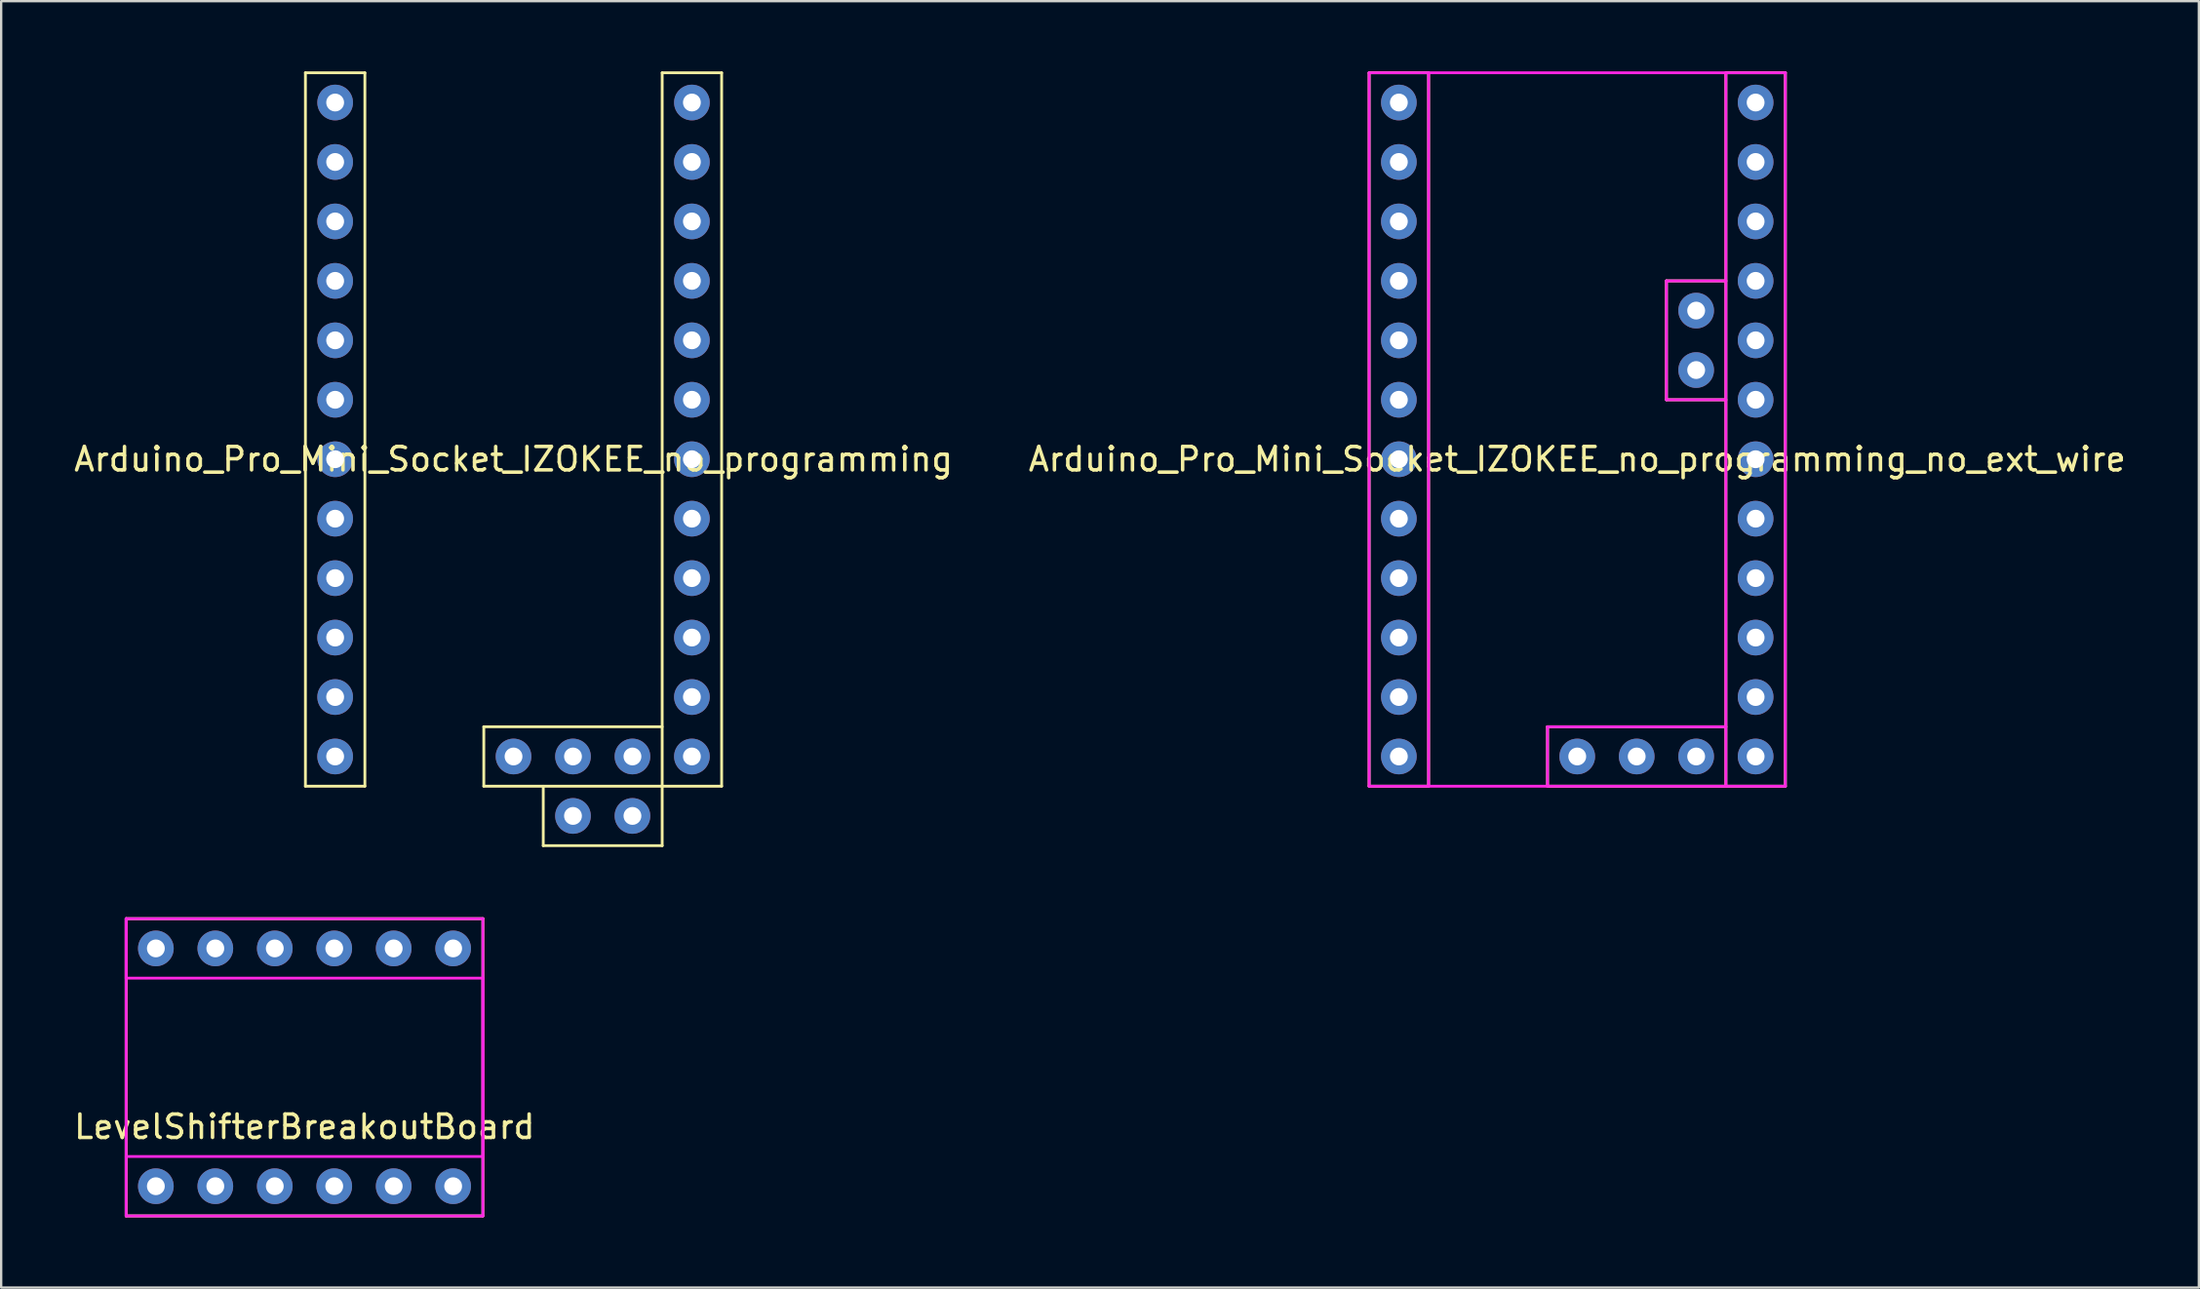
<source format=kicad_pcb>
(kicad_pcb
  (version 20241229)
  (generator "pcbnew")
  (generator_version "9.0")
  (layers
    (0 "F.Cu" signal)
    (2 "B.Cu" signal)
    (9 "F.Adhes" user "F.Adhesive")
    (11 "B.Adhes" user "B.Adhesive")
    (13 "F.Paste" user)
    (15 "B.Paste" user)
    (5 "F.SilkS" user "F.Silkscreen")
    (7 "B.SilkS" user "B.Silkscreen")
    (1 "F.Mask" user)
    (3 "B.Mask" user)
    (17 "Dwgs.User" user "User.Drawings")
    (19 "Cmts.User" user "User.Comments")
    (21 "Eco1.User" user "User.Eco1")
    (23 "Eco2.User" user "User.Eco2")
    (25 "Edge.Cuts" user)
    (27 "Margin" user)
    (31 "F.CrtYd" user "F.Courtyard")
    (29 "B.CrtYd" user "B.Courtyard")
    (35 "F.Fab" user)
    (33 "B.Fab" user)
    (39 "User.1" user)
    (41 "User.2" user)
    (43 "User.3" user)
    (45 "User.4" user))
  (footprint "Arduino_Pro_Mini_Socket_IZOKEE_no_programming_no_ext_wire"
    (layer "F.Cu")
    (at 64.327 14.03)
    (property "Reference" "Arduino_Pro_Mini_Socket_IZOKEE_no_programming_no_ext_wire" (at 0 2.54 180) (layer "F.SilkS") (effects (font (size 1 1) (thickness 0.15))))
    (attr through_hole)
    (fp_line (start -8.89 -13.97) (end -6.35 -13.97) (stroke (width 0.12) (type solid)) (layer "F.SilkS"))
    (fp_line (start -8.89 16.51) (end -8.89 -13.97) (stroke (width 0.12) (type solid)) (layer "F.SilkS"))
    (fp_line (start -6.35 -13.97) (end -6.35 16.51) (stroke (width 0.12) (type solid)) (layer "F.SilkS"))
    (fp_line (start -6.35 16.51) (end -8.89 16.51) (stroke (width 0.12) (type solid)) (layer "F.SilkS"))
    (fp_line (start -1.27 13.97) (end -1.27 16.51) (stroke (width 0.12) (type solid)) (layer "F.SilkS"))
    (fp_line (start -1.27 16.51) (end 6.35 16.51) (stroke (width 0.12) (type solid)) (layer "F.SilkS"))
    (fp_line (start 3.81 -5.08) (end 3.81 0) (stroke (width 0.12) (type solid)) (layer "F.SilkS"))
    (fp_line (start 3.81 0) (end 6.35 0) (stroke (width 0.12) (type solid)) (layer "F.SilkS"))
    (fp_line (start 6.35 -13.97) (end 8.89 -13.97) (stroke (width 0.12) (type solid)) (layer "F.SilkS"))
    (fp_line (start 6.35 -5.08) (end 3.81 -5.08) (stroke (width 0.12) (type solid)) (layer "F.SilkS"))
    (fp_line (start 6.35 13.97) (end -1.27 13.97) (stroke (width 0.12) (type solid)) (layer "F.SilkS"))
    (fp_line (start 6.35 16.51) (end 6.35 -13.97) (stroke (width 0.12) (type solid)) (layer "F.SilkS"))
    (fp_line (start 8.89 -13.97) (end 8.89 16.51) (stroke (width 0.12) (type solid)) (layer "F.SilkS"))
    (fp_line (start 8.89 16.51) (end 6.35 16.51) (stroke (width 0.12) (type solid)) (layer "F.SilkS"))
    (fp_line (start -8.89 -13.97) (end -8.89 16.51) (stroke (width 0.12) (type solid)) (layer "F.CrtYd"))
    (fp_line (start -8.89 16.51) (end 8.89 16.51) (stroke (width 0.12) (type solid)) (layer "F.CrtYd"))
    (fp_line (start -6.35 -13.97) (end -6.35 16.51) (stroke (width 0.12) (type solid)) (layer "F.CrtYd"))
    (fp_line (start -1.27 13.97) (end 6.35 13.97) (stroke (width 0.12) (type solid)) (layer "F.CrtYd"))
    (fp_line (start -1.27 16.51) (end -1.27 13.97) (stroke (width 0.12) (type solid)) (layer "F.CrtYd"))
    (fp_line (start 3.81 -5.08) (end 3.81 0) (stroke (width 0.12) (type solid)) (layer "F.CrtYd"))
    (fp_line (start 3.81 0) (end 6.35 0) (stroke (width 0.12) (type solid)) (layer "F.CrtYd"))
    (fp_line (start 6.35 -5.08) (end 3.81 -5.08) (stroke (width 0.12) (type solid)) (layer "F.CrtYd"))
    (fp_line (start 6.35 16.51) (end 6.35 -13.97) (stroke (width 0.12) (type solid)) (layer "F.CrtYd"))
    (fp_line (start 8.89 -13.97) (end -8.89 -13.97) (stroke (width 0.12) (type solid)) (layer "F.CrtYd"))
    (fp_line (start 8.89 16.51) (end 8.89 -13.97) (stroke (width 0.12) (type solid)) (layer "F.CrtYd"))
    (pad "1" thru_hole circle (at -7.62 -12.7) (size 1.524 1.524) (drill 0.762) (layers "*.Cu" "*.Mask"))
    (pad "2" thru_hole circle (at -7.62 -10.16) (size 1.524 1.524) (drill 0.762) (layers "*.Cu" "*.Mask"))
    (pad "3" thru_hole circle (at -7.62 -7.62) (size 1.524 1.524) (drill 0.762) (layers "*.Cu" "*.Mask"))
    (pad "4" thru_hole circle (at -7.62 -5.08) (size 1.524 1.524) (drill 0.762) (layers "*.Cu" "*.Mask"))
    (pad "5" thru_hole circle (at -7.62 -2.54) (size 1.524 1.524) (drill 0.762) (layers "*.Cu" "*.Mask"))
    (pad "6" thru_hole circle (at -7.62 0) (size 1.524 1.524) (drill 0.762) (layers "*.Cu" "*.Mask"))
    (pad "7" thru_hole circle (at -7.62 2.54) (size 1.524 1.524) (drill 0.762) (layers "*.Cu" "*.Mask"))
    (pad "8" thru_hole circle (at -7.62 5.08) (size 1.524 1.524) (drill 0.762) (layers "*.Cu" "*.Mask"))
    (pad "9" thru_hole circle (at -7.62 7.62) (size 1.524 1.524) (drill 0.762) (layers "*.Cu" "*.Mask"))
    (pad "10" thru_hole circle (at -7.62 10.16) (size 1.524 1.524) (drill 0.762) (layers "*.Cu" "*.Mask"))
    (pad "11" thru_hole circle (at -7.62 12.7) (size 1.524 1.524) (drill 0.762) (layers "*.Cu" "*.Mask"))
    (pad "12" thru_hole circle (at -7.62 15.24) (size 1.524 1.524) (drill 0.762) (layers "*.Cu" "*.Mask"))
    (pad "13" thru_hole circle (at 7.62 15.24) (size 1.524 1.524) (drill 0.762) (layers "*.Cu" "*.Mask"))
    (pad "14" thru_hole circle (at 7.62 12.7) (size 1.524 1.524) (drill 0.762) (layers "*.Cu" "*.Mask"))
    (pad "15" thru_hole circle (at 7.62 10.16) (size 1.524 1.524) (drill 0.762) (layers "*.Cu" "*.Mask"))
    (pad "16" thru_hole circle (at 2.54 15.24 90) (size 1.524 1.524) (drill 0.762) (layers "*.Cu" "*.Mask"))
    (pad "17" thru_hole circle (at 7.62 7.62) (size 1.524 1.524) (drill 0.762) (layers "*.Cu" "*.Mask"))
    (pad "18" thru_hole circle (at 5.08 15.24 90) (size 1.524 1.524) (drill 0.762) (layers "*.Cu" "*.Mask"))
    (pad "19" thru_hole circle (at 7.62 5.08) (size 1.524 1.524) (drill 0.762) (layers "*.Cu" "*.Mask"))
    (pad "20" thru_hole circle (at 7.62 2.54) (size 1.524 1.524) (drill 0.762) (layers "*.Cu" "*.Mask"))
    (pad "21" thru_hole circle (at 7.62 0) (size 1.524 1.524) (drill 0.762) (layers "*.Cu" "*.Mask"))
    (pad "22" thru_hole circle (at 5.08 -1.27 90) (size 1.524 1.524) (drill 0.762) (layers "*.Cu" "*.Mask"))
    (pad "23" thru_hole circle (at 7.62 -2.54) (size 1.524 1.524) (drill 0.762) (layers "*.Cu" "*.Mask"))
    (pad "24" thru_hole circle (at 5.08 -3.81 90) (size 1.524 1.524) (drill 0.762) (layers "*.Cu" "*.Mask"))
    (pad "25" thru_hole circle (at 7.62 -5.08) (size 1.524 1.524) (drill 0.762) (layers "*.Cu" "*.Mask"))
    (pad "26" thru_hole circle (at 7.62 -7.62) (size 1.524 1.524) (drill 0.762) (layers "*.Cu" "*.Mask"))
    (pad "27" thru_hole circle (at 7.62 -10.16) (size 1.524 1.524) (drill 0.762) (layers "*.Cu" "*.Mask"))
    (pad "28" thru_hole circle (at 7.62 -12.7) (size 1.524 1.524) (drill 0.762) (layers "*.Cu" "*.Mask"))
    (pad "35" thru_hole circle (at 0 15.24) (size 1.524 1.524) (drill 0.762) (layers "*.Cu" "*.Mask")))
  (footprint "LevelShifterBreakoutBoard"
    (layer "F.Cu")
    (at 11.228 42.55)
    (property "Reference" "LevelShifterBreakoutBoard" (at -1.27 2.54 0) (layer "F.SilkS") (effects (font (size 1 1) (thickness 0.15))))
    (attr through_hole)
    (fp_line (start -8.89 -6.35) (end -8.89 6.35) (stroke (width 0.12) (type solid)) (layer "F.SilkS"))
    (fp_line (start -8.89 6.35) (end 6.35 6.35) (stroke (width 0.12) (type solid)) (layer "F.SilkS"))
    (fp_line (start 6.35 -6.35) (end -8.89 -6.35) (stroke (width 0.12) (type solid)) (layer "F.SilkS"))
    (fp_line (start 6.35 6.35) (end 6.35 -6.35) (stroke (width 0.12) (type solid)) (layer "F.SilkS"))
    (fp_line (start -8.89 -6.35) (end -8.89 -3.81) (stroke (width 0.12) (type solid)) (layer "F.CrtYd"))
    (fp_line (start -8.89 -6.35) (end -8.89 6.35) (stroke (width 0.12) (type solid)) (layer "F.CrtYd"))
    (fp_line (start -8.89 -3.81) (end 6.35 -3.81) (stroke (width 0.12) (type solid)) (layer "F.CrtYd"))
    (fp_line (start -8.89 6.35) (end 6.35 6.35) (stroke (width 0.12) (type solid)) (layer "F.CrtYd"))
    (fp_line (start 6.35 -6.35) (end -8.89 -6.35) (stroke (width 0.12) (type solid)) (layer "F.CrtYd"))
    (fp_line (start 6.35 -3.81) (end 6.35 3.81) (stroke (width 0.12) (type solid)) (layer "F.CrtYd"))
    (fp_line (start 6.35 3.81) (end -8.89 3.81) (stroke (width 0.12) (type solid)) (layer "F.CrtYd"))
    (fp_line (start 6.35 6.35) (end 6.35 -6.35) (stroke (width 0.12) (type solid)) (layer "F.CrtYd"))
    (pad "1" thru_hole circle (at -7.62 5.08) (size 1.524 1.524) (drill 0.762) (layers "*.Cu" "*.Mask"))
    (pad "2" thru_hole circle (at -5.08 5.08) (size 1.524 1.524) (drill 0.762) (layers "*.Cu" "*.Mask"))
    (pad "3" thru_hole circle (at -2.54 5.08) (size 1.524 1.524) (drill 0.762) (layers "*.Cu" "*.Mask"))
    (pad "4" thru_hole circle (at 0 5.08) (size 1.524 1.524) (drill 0.762) (layers "*.Cu" "*.Mask"))
    (pad "5" thru_hole circle (at 2.54 5.08) (size 1.524 1.524) (drill 0.762) (layers "*.Cu" "*.Mask"))
    (pad "6" thru_hole circle (at 5.08 5.08) (size 1.524 1.524) (drill 0.762) (layers "*.Cu" "*.Mask"))
    (pad "7" thru_hole circle (at 5.08 -5.08) (size 1.524 1.524) (drill 0.762) (layers "*.Cu" "*.Mask"))
    (pad "8" thru_hole circle (at 2.54 -5.08) (size 1.524 1.524) (drill 0.762) (layers "*.Cu" "*.Mask"))
    (pad "9" thru_hole circle (at 0 -5.08) (size 1.524 1.524) (drill 0.762) (layers "*.Cu" "*.Mask"))
    (pad "10" thru_hole circle (at -2.54 -5.08) (size 1.524 1.524) (drill 0.762) (layers "*.Cu" "*.Mask"))
    (pad "11" thru_hole circle (at -5.08 -5.08) (size 1.524 1.524) (drill 0.762) (layers "*.Cu" "*.Mask"))
    (pad "12" thru_hole circle (at -7.62 -5.08) (size 1.524 1.524) (drill 0.762) (layers "*.Cu" "*.Mask")))
  (footprint "Arduino_Pro_Mini_Socket_IZOKEE_no_programming"
    (layer "F.Cu")
    (at 18.887 14.03)
    (property "Reference" "Arduino_Pro_Mini_Socket_IZOKEE_no_programming" (at 0 2.54 180) (layer "F.SilkS") (effects (font (size 1 1) (thickness 0.15))))
    (attr through_hole)
    (fp_line (start -8.89 -13.97) (end -6.35 -13.97) (stroke (width 0.12) (type solid)) (layer "F.SilkS"))
    (fp_line (start -8.89 16.51) (end -8.89 -13.97) (stroke (width 0.12) (type solid)) (layer "F.SilkS"))
    (fp_line (start -6.35 -13.97) (end -6.35 16.51) (stroke (width 0.12) (type solid)) (layer "F.SilkS"))
    (fp_line (start -6.35 16.51) (end -8.89 16.51) (stroke (width 0.12) (type solid)) (layer "F.SilkS"))
    (fp_line (start -1.27 13.97) (end -1.27 16.51) (stroke (width 0.12) (type solid)) (layer "F.SilkS"))
    (fp_line (start -1.27 16.51) (end 6.35 16.51) (stroke (width 0.12) (type solid)) (layer "F.SilkS"))
    (fp_line (start 1.27 19.05) (end 1.27 16.51) (stroke (width 0.12) (type solid)) (layer "F.SilkS"))
    (fp_line (start 6.35 -13.97) (end 8.89 -13.97) (stroke (width 0.12) (type solid)) (layer "F.SilkS"))
    (fp_line (start 6.35 13.97) (end -1.27 13.97) (stroke (width 0.12) (type solid)) (layer "F.SilkS"))
    (fp_line (start 6.35 16.51) (end 6.35 -13.97) (stroke (width 0.12) (type solid)) (layer "F.SilkS"))
    (fp_line (start 6.35 16.51) (end 6.35 19.05) (stroke (width 0.12) (type solid)) (layer "F.SilkS"))
    (fp_line (start 6.35 19.05) (end 1.27 19.05) (stroke (width 0.12) (type solid)) (layer "F.SilkS"))
    (fp_line (start 8.89 -13.97) (end 8.89 16.51) (stroke (width 0.12) (type solid)) (layer "F.SilkS"))
    (fp_line (start 8.89 16.51) (end 6.35 16.51) (stroke (width 0.12) (type solid)) (layer "F.SilkS"))
    (pad "1" thru_hole circle (at -7.62 -12.7) (size 1.524 1.524) (drill 0.762) (layers "*.Cu" "*.Mask"))
    (pad "2" thru_hole circle (at -7.62 -10.16) (size 1.524 1.524) (drill 0.762) (layers "*.Cu" "*.Mask"))
    (pad "3" thru_hole circle (at -7.62 -7.62) (size 1.524 1.524) (drill 0.762) (layers "*.Cu" "*.Mask"))
    (pad "4" thru_hole circle (at -7.62 -5.08) (size 1.524 1.524) (drill 0.762) (layers "*.Cu" "*.Mask"))
    (pad "5" thru_hole circle (at -7.62 -2.54) (size 1.524 1.524) (drill 0.762) (layers "*.Cu" "*.Mask"))
    (pad "6" thru_hole circle (at -7.62 0) (size 1.524 1.524) (drill 0.762) (layers "*.Cu" "*.Mask"))
    (pad "7" thru_hole circle (at -7.62 2.54) (size 1.524 1.524) (drill 0.762) (layers "*.Cu" "*.Mask"))
    (pad "8" thru_hole circle (at -7.62 5.08) (size 1.524 1.524) (drill 0.762) (layers "*.Cu" "*.Mask"))
    (pad "9" thru_hole circle (at -7.62 7.62) (size 1.524 1.524) (drill 0.762) (layers "*.Cu" "*.Mask"))
    (pad "10" thru_hole circle (at -7.62 10.16) (size 1.524 1.524) (drill 0.762) (layers "*.Cu" "*.Mask"))
    (pad "11" thru_hole circle (at -7.62 12.7) (size 1.524 1.524) (drill 0.762) (layers "*.Cu" "*.Mask"))
    (pad "12" thru_hole circle (at -7.62 15.24) (size 1.524 1.524) (drill 0.762) (layers "*.Cu" "*.Mask"))
    (pad "13" thru_hole circle (at 7.62 15.24) (size 1.524 1.524) (drill 0.762) (layers "*.Cu" "*.Mask"))
    (pad "14" thru_hole circle (at 7.62 12.7) (size 1.524 1.524) (drill 0.762) (layers "*.Cu" "*.Mask"))
    (pad "15" thru_hole circle (at 7.62 10.16) (size 1.524 1.524) (drill 0.762) (layers "*.Cu" "*.Mask"))
    (pad "16" thru_hole circle (at 2.54 15.24 90) (size 1.524 1.524) (drill 0.762) (layers "*.Cu" "*.Mask"))
    (pad "17" thru_hole circle (at 7.62 7.62) (size 1.524 1.524) (drill 0.762) (layers "*.Cu" "*.Mask"))
    (pad "18" thru_hole circle (at 5.08 15.24 90) (size 1.524 1.524) (drill 0.762) (layers "*.Cu" "*.Mask"))
    (pad "19" thru_hole circle (at 7.62 5.08) (size 1.524 1.524) (drill 0.762) (layers "*.Cu" "*.Mask"))
    (pad "20" thru_hole circle (at 7.62 2.54) (size 1.524 1.524) (drill 0.762) (layers "*.Cu" "*.Mask"))
    (pad "21" thru_hole circle (at 7.62 0) (size 1.524 1.524) (drill 0.762) (layers "*.Cu" "*.Mask"))
    (pad "22" thru_hole circle (at 5.08 17.78 90) (size 1.524 1.524) (drill 0.762) (layers "*.Cu" "*.Mask"))
    (pad "23" thru_hole circle (at 7.62 -2.54) (size 1.524 1.524) (drill 0.762) (layers "*.Cu" "*.Mask"))
    (pad "24" thru_hole circle (at 2.54 17.78 90) (size 1.524 1.524) (drill 0.762) (layers "*.Cu" "*.Mask"))
    (pad "25" thru_hole circle (at 7.62 -5.08) (size 1.524 1.524) (drill 0.762) (layers "*.Cu" "*.Mask"))
    (pad "26" thru_hole circle (at 7.62 -7.62) (size 1.524 1.524) (drill 0.762) (layers "*.Cu" "*.Mask"))
    (pad "27" thru_hole circle (at 7.62 -10.16) (size 1.524 1.524) (drill 0.762) (layers "*.Cu" "*.Mask"))
    (pad "28" thru_hole circle (at 7.62 -12.7) (size 1.524 1.524) (drill 0.762) (layers "*.Cu" "*.Mask"))
    (pad "35" thru_hole circle (at 0 15.24) (size 1.524 1.524) (drill 0.762) (layers "*.Cu" "*.Mask")))
  (gr_rect
    (start -3 -3)
    (end 90.881 51.96)
    (stroke (width 0.1) (type default))
    (fill no)
    (layer "Edge.Cuts")))
</source>
